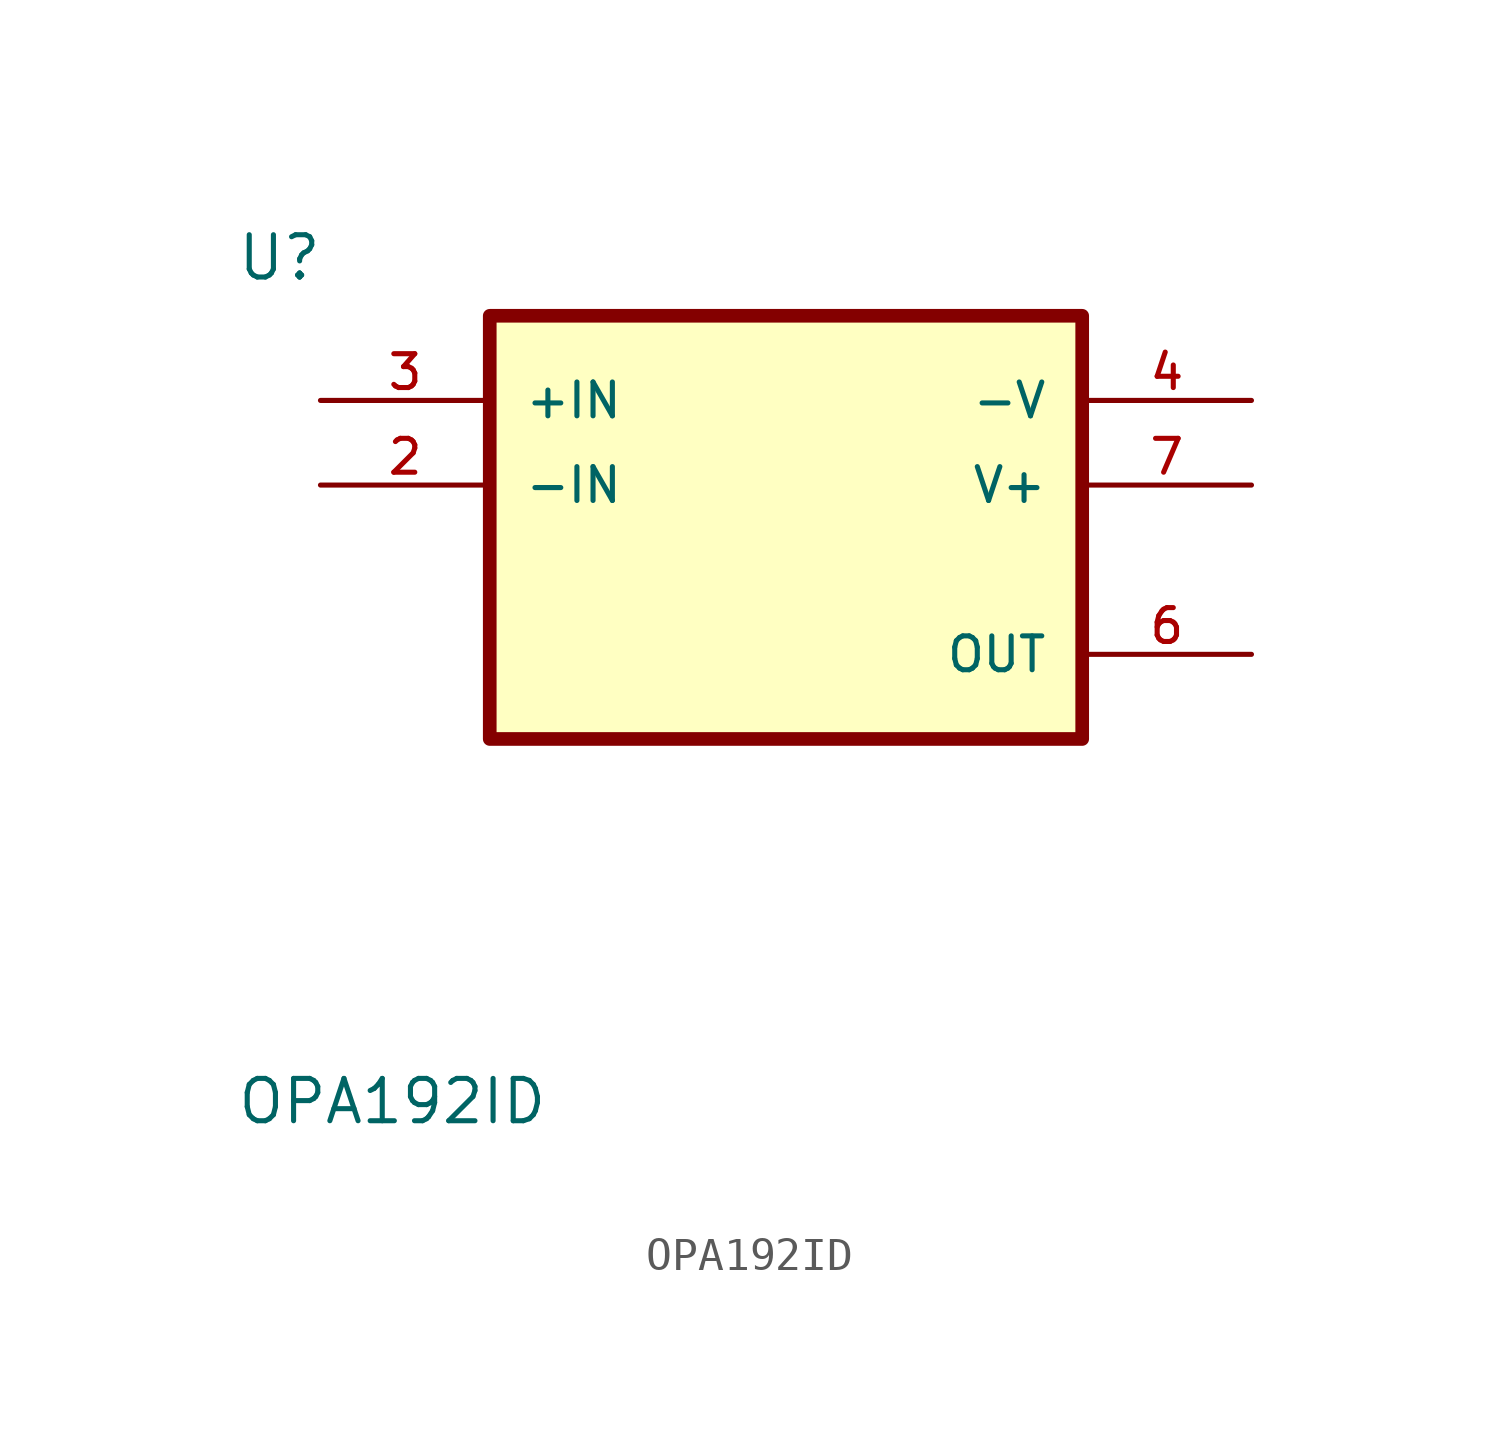
<source format=kicad_sym>
(kicad_symbol_lib
  (version 20241209)
  (generator "kicad_symbol_editor")
  (generator_version "9.0")
  (symbol "OPA192ID"
    (pin_names
      (offset 1.016))
    (property "Reference" "U"
      (at -12.7 11.16 0)
      (effects (font (size 1.27 1.27)) (justify left bottom)))
    (property "Value" "OPA192ID"
      (at -12.7 -14.16 0)
      (effects (font (size 1.27 1.27)) (justify left bottom)))
    (symbol "OPA192ID_0_0"
      (rectangle (start -5.08 10.16) (end 12.7 -2.54) (stroke (width 0.41) (type default)) (fill (type background)))
      (pin input line (at -10.16 7.62 0) (length 5.08) (name "+IN" (effects (font (size 1.016 1.016)))) (number "3" (effects (font (size 1.016 1.016)))))
      (pin input line (at -10.16 5.08 0) (length 5.08) (name "-IN" (effects (font (size 1.016 1.016)))) (number "2" (effects (font (size 1.016 1.016)))))
      (pin power_in line (at 17.78 7.62 180) (length 5.08) (name "-V" (effects (font (size 1.016 1.016)))) (number "4" (effects (font (size 1.016 1.016)))))
      (pin power_in line (at 17.78 5.08 180) (length 5.08) (name "V+" (effects (font (size 1.016 1.016)))) (number "7" (effects (font (size 1.016 1.016)))))
      (pin output line (at 17.78 0 180) (length 5.08) (name "OUT" (effects (font (size 1.016 1.016)))) (number "6" (effects (font (size 1.016 1.016))))))))
</source>
